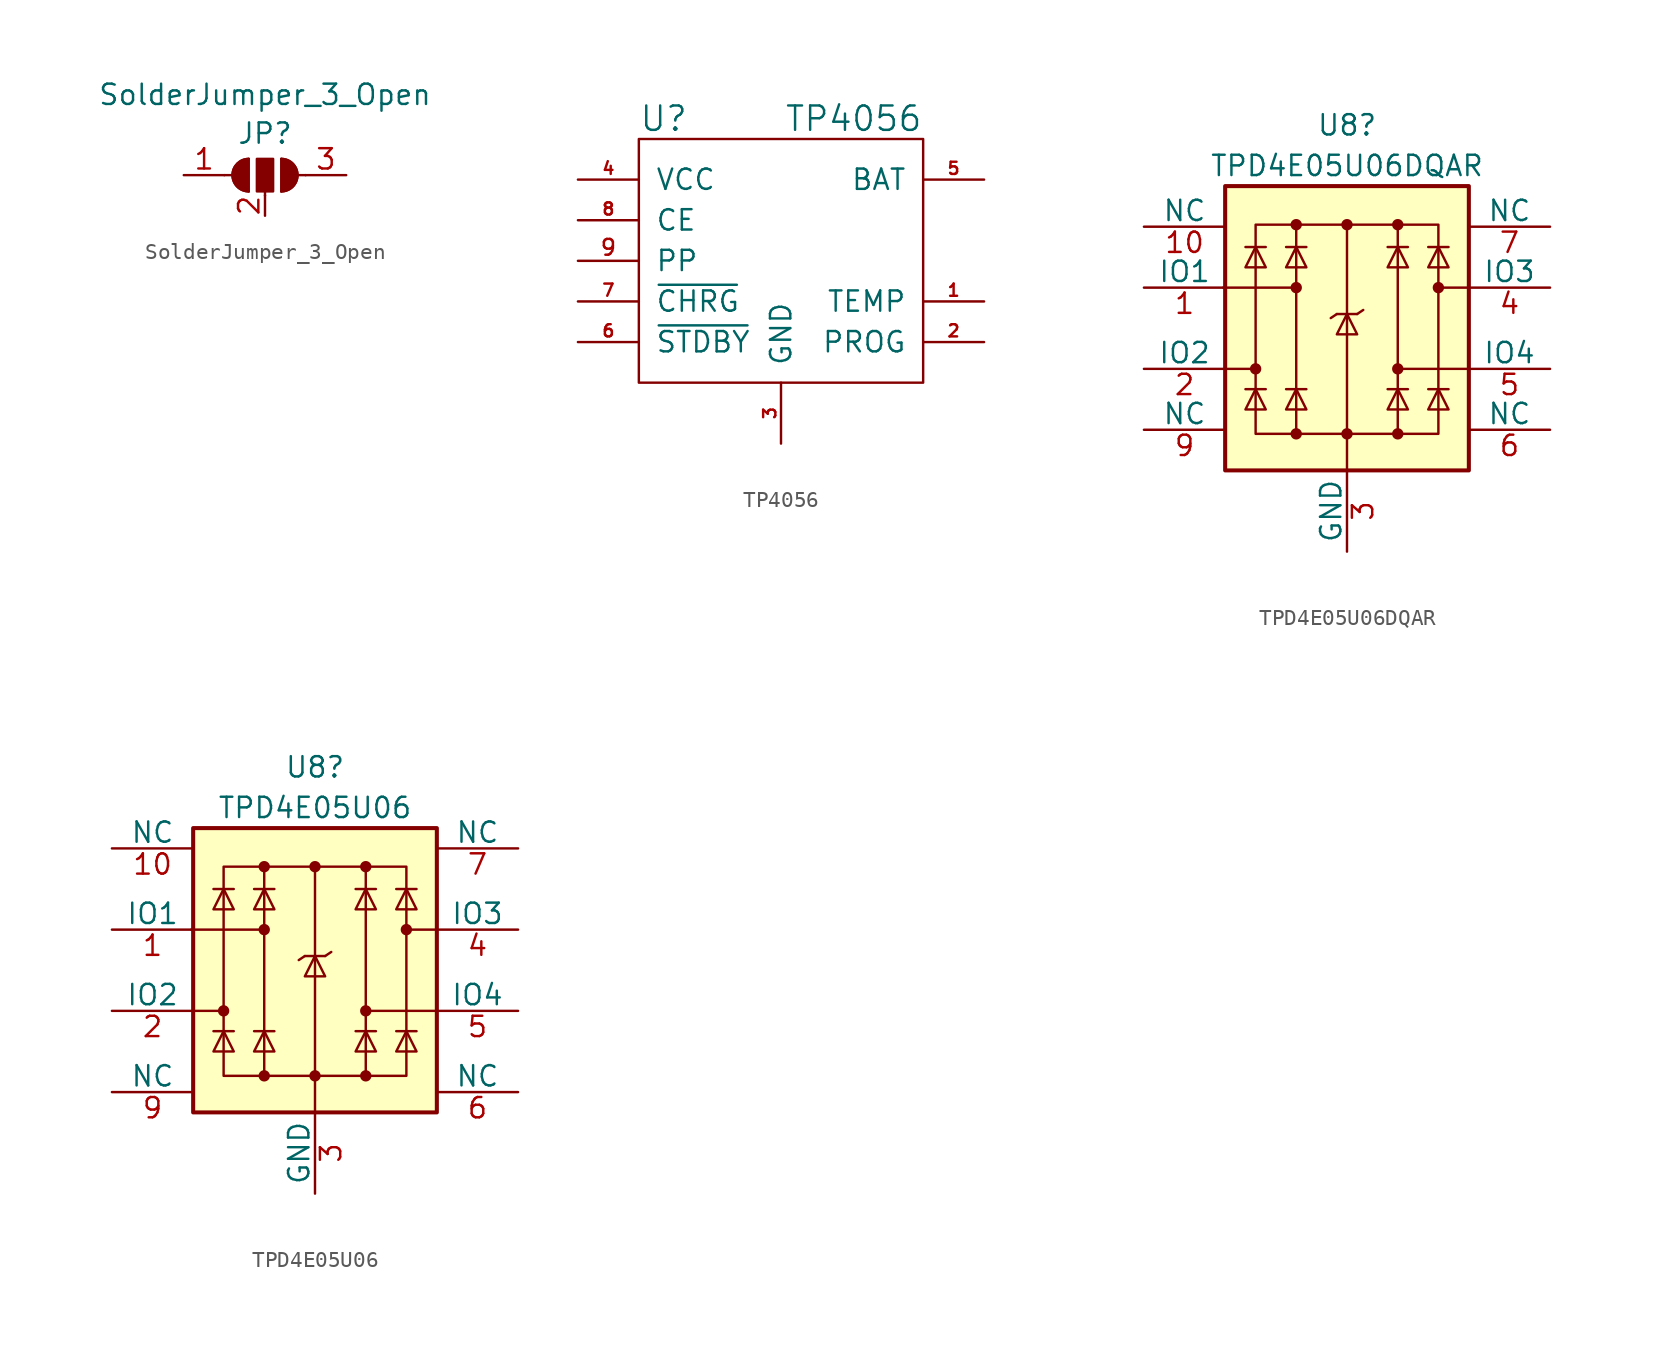
<source format=kicad_sym>
(kicad_symbol_lib
  (version 20220914)
  (generator kicad_symbol_editor)
  (symbol "SolderJumper_3_Open"
    (pin_names
      (offset 0) hide)
    (property "Reference" "JP"
      (at 0 2.609 0)
      (effects (font (size 1.27 1.27))))
    (property "Value" "SolderJumper_3_Open"
      (at 0 5.033 0)
      (effects (font (size 1.27 1.27))))
    (symbol "SolderJumper_3_Open_0_1"
      (arc (start -1.016 1.016) (mid -2.0276 0) (end -1.016 -1.016) (stroke (width 0) (type default)) (fill (type none)))
      (arc (start -1.016 1.016) (mid -2.0276 0) (end -1.016 -1.016) (stroke (width 0) (type default)) (fill (type outline)))
      (rectangle (start -0.508 1.016) (end 0.508 -1.016) (stroke (width 0) (type default)) (fill (type outline)))
      (polyline (pts (xy -2.54 0) (xy -2.032 0)) (stroke (width 0) (type default)) (fill (type none)))
      (polyline (pts (xy -1.016 1.016) (xy -1.016 -1.016)) (stroke (width 0) (type default)) (fill (type none)))
      (polyline (pts (xy 0 -1.27) (xy 0 -1.016)) (stroke (width 0) (type default)) (fill (type none)))
      (polyline (pts (xy 1.016 1.016) (xy 1.016 -1.016)) (stroke (width 0) (type default)) (fill (type none)))
      (polyline (pts (xy 2.54 0) (xy 2.032 0)) (stroke (width 0) (type default)) (fill (type none)))
      (arc (start 1.016 -1.016) (mid 2.0276 0) (end 1.016 1.016) (stroke (width 0) (type default)) (fill (type none)))
      (arc (start 1.016 -1.016) (mid 2.0276 0) (end 1.016 1.016) (stroke (width 0) (type default)) (fill (type outline))))
    (symbol "SolderJumper_3_Open_1_1"
      (pin passive line (at -5.08 0 0) (length 2.54) (name "A" (effects (font (size 1.27 1.27)))) (number "1" (effects (font (size 1.27 1.27)))))
      (pin passive line (at 0 -2.54 90) (length 1.27) (name "C" (effects (font (size 1.27 1.27)))) (number "2" (effects (font (size 1.27 1.27)))))
      (pin passive line (at 5.08 0 180) (length 2.54) (name "B" (effects (font (size 1.27 1.27)))) (number "3" (effects (font (size 1.27 1.27)))))))
  (symbol "TP4056"
    (pin_names
      (offset 1.016))
    (property "Reference" "U"
      (at -8.89 10.16 0)
      (effects (font (size 1.524 1.524)) (justify left)))
    (property "Value" "TP4056"
      (at 8.89 10.16 0)
      (effects (font (size 1.524 1.524)) (justify right)))
    (property "Footprint" ""
      (at 0 0 0)
      (effects (font (size 1.524 1.524))))
    (property "Datasheet" ""
      (at 0 0 0)
      (effects (font (size 1.524 1.524))))
    (symbol "TP4056_0_1"
      (rectangle (start -8.89 8.89) (end 8.89 -6.35) (stroke (width 0) (type default)) (fill (type none))))
    (symbol "TP4056_1_1"
      (pin passive line (at 12.7 -1.27 180) (length 3.81) (name "TEMP" (effects (font (size 1.27 1.27)))) (number "1" (effects (font (size 0.762 0.762)))))
      (pin passive line (at 12.7 -3.81 180) (length 3.81) (name "PROG" (effects (font (size 1.27 1.27)))) (number "2" (effects (font (size 0.762 0.762)))))
      (pin power_in line (at 0 -10.16 90) (length 3.81) (name "GND" (effects (font (size 1.27 1.27)))) (number "3" (effects (font (size 0.762 0.762)))))
      (pin power_in line (at -12.7 6.35 0) (length 3.81) (name "VCC" (effects (font (size 1.27 1.27)))) (number "4" (effects (font (size 0.762 0.762)))))
      (pin power_out line (at 12.7 6.35 180) (length 3.81) (name "BAT" (effects (font (size 1.27 1.27)))) (number "5" (effects (font (size 0.762 0.762)))))
      (pin open_collector line (at -12.7 -3.81 0) (length 3.81) (name "~{STDBY}" (effects (font (size 1.27 1.27)))) (number "6" (effects (font (size 0.762 0.762)))))
      (pin open_collector line (at -12.7 -1.27 0) (length 3.81) (name "~{CHRG}" (effects (font (size 1.27 1.27)))) (number "7" (effects (font (size 0.762 0.762)))))
      (pin input line (at -12.7 3.81 0) (length 3.81) (name "CE" (effects (font (size 1.27 1.27)))) (number "8" (effects (font (size 0.762 0.762)))))
      (pin input line (at -12.7 1.27 0) (length 3.81) (name "PP" (effects (font (size 1.27 1.27)))) (number "9" (effects (font (size 0.991 0.991)))))))
  (symbol "TPD4E05U06DQAR"
    (pin_names
      (offset 0))
    (property "Reference" "U8"
      (at 0 12.7 0)
      (effects (font (size 1.27 1.27))))
    (property "Value" "TPD4E05U06DQAR"
      (at 0 10.16 0)
      (effects (font (size 1.27 1.27))))
    (symbol "TPD4E05U06DQAR_0_0"
      (rectangle (start -5.715 6.477) (end 5.715 -6.604) (stroke (width 0) (type default)) (fill (type none)))
      (polyline (pts (xy -3.175 -6.604) (xy -3.175 6.477)) (stroke (width 0) (type default)) (fill (type none)))
      (polyline (pts (xy 0 6.477) (xy 0 -6.604)) (stroke (width 0) (type default)) (fill (type none)))
      (polyline (pts (xy 3.175 6.477) (xy 3.175 -6.604)) (stroke (width 0) (type default)) (fill (type none))))
    (symbol "TPD4E05U06DQAR_0_1"
      (rectangle (start -7.62 8.89) (end 7.62 -8.89) (stroke (width 0.254) (type default)) (fill (type background)))
      (circle (center -5.715 -2.54) (radius 0.279) (stroke (width 0) (type default)) (fill (type outline)))
      (circle (center -3.175 -6.604) (radius 0.279) (stroke (width 0) (type default)) (fill (type outline)))
      (circle (center -3.175 2.54) (radius 0.279) (stroke (width 0) (type default)) (fill (type outline)))
      (circle (center -3.175 6.477) (radius 0.279) (stroke (width 0) (type default)) (fill (type outline)))
      (polyline (pts (xy -7.747 2.54) (xy -3.175 2.54)) (stroke (width 0) (type default)) (fill (type none)))
      (polyline (pts (xy -7.62 -2.54) (xy -5.715 -2.54)) (stroke (width 0) (type default)) (fill (type none)))
      (polyline (pts (xy -5.08 -3.81) (xy -6.35 -3.81)) (stroke (width 0) (type default)) (fill (type none)))
      (polyline (pts (xy -5.08 5.08) (xy -6.35 5.08)) (stroke (width 0) (type default)) (fill (type none)))
      (polyline (pts (xy -2.54 -3.81) (xy -3.81 -3.81)) (stroke (width 0) (type default)) (fill (type none)))
      (polyline (pts (xy -2.54 5.08) (xy -3.81 5.08)) (stroke (width 0) (type default)) (fill (type none)))
      (polyline (pts (xy -0.635 0.889) (xy -1.016 0.635)) (stroke (width 0) (type default)) (fill (type none)))
      (polyline (pts (xy 0 -6.604) (xy 0 -8.89)) (stroke (width 0) (type default)) (fill (type none)))
      (polyline (pts (xy 0.635 0.889) (xy -0.635 0.889)) (stroke (width 0) (type default)) (fill (type none)))
      (polyline (pts (xy 0.635 0.889) (xy 1.016 1.143)) (stroke (width 0) (type default)) (fill (type none)))
      (polyline (pts (xy 3.81 -3.81) (xy 2.54 -3.81)) (stroke (width 0) (type default)) (fill (type none)))
      (polyline (pts (xy 3.81 5.08) (xy 2.54 5.08)) (stroke (width 0) (type default)) (fill (type none)))
      (polyline (pts (xy 6.35 -3.81) (xy 5.08 -3.81)) (stroke (width 0) (type default)) (fill (type none)))
      (polyline (pts (xy 6.35 5.08) (xy 5.08 5.08)) (stroke (width 0) (type default)) (fill (type none)))
      (polyline (pts (xy 7.62 -2.54) (xy 3.175 -2.54)) (stroke (width 0) (type default)) (fill (type none)))
      (polyline (pts (xy 7.62 2.54) (xy 5.715 2.54)) (stroke (width 0) (type default)) (fill (type none)))
      (polyline (pts (xy -5.08 -5.08) (xy -6.35 -5.08) (xy -5.715 -3.81) (xy -5.08 -5.08)) (stroke (width 0) (type default)) (fill (type none)))
      (polyline (pts (xy -5.08 3.81) (xy -6.35 3.81) (xy -5.715 5.08) (xy -5.08 3.81)) (stroke (width 0) (type default)) (fill (type none)))
      (polyline (pts (xy -2.54 -5.08) (xy -3.81 -5.08) (xy -3.175 -3.81) (xy -2.54 -5.08)) (stroke (width 0) (type default)) (fill (type none)))
      (polyline (pts (xy -2.54 3.81) (xy -3.81 3.81) (xy -3.175 5.08) (xy -2.54 3.81)) (stroke (width 0) (type default)) (fill (type none)))
      (polyline (pts (xy 0.635 -0.381) (xy -0.635 -0.381) (xy 0 0.889) (xy 0.635 -0.381)) (stroke (width 0) (type default)) (fill (type none)))
      (polyline (pts (xy 3.81 -5.08) (xy 2.54 -5.08) (xy 3.175 -3.81) (xy 3.81 -5.08)) (stroke (width 0) (type default)) (fill (type none)))
      (polyline (pts (xy 3.81 3.81) (xy 2.54 3.81) (xy 3.175 5.08) (xy 3.81 3.81)) (stroke (width 0) (type default)) (fill (type none)))
      (polyline (pts (xy 6.35 -5.08) (xy 5.08 -5.08) (xy 5.715 -3.81) (xy 6.35 -5.08)) (stroke (width 0) (type default)) (fill (type none)))
      (polyline (pts (xy 6.35 3.81) (xy 5.08 3.81) (xy 5.715 5.08) (xy 6.35 3.81)) (stroke (width 0) (type default)) (fill (type none)))
      (circle (center 0 6.477) (radius 0.279) (stroke (width 0) (type default)) (fill (type outline)))
      (circle (center 3.175 -6.604) (radius 0.279) (stroke (width 0) (type default)) (fill (type outline)))
      (circle (center 3.175 -2.54) (radius 0.279) (stroke (width 0) (type default)) (fill (type outline)))
      (circle (center 3.175 6.477) (radius 0.279) (stroke (width 0) (type default)) (fill (type outline)))
      (circle (center 5.715 2.54) (radius 0.279) (stroke (width 0) (type default)) (fill (type outline))))
    (symbol "TPD4E05U06DQAR_1_1"
      (circle (center 0 -6.604) (radius 0.279) (stroke (width 0) (type default)) (fill (type outline)))
      (pin bidirectional line (at -12.7 2.54 0) (length 5.08) (name "IO1" (effects (font (size 1.27 1.27)))) (number "1" (effects (font (size 1.27 1.27)))))
      (pin bidirectional line (at -12.7 6.35 0) (length 5.08) (name "NC" (effects (font (size 1.27 1.27)))) (number "10" (effects (font (size 1.27 1.27)))))
      (pin bidirectional line (at -12.7 -2.54 0) (length 5.08) (name "IO2" (effects (font (size 1.27 1.27)))) (number "2" (effects (font (size 1.27 1.27)))))
      (pin power_in line (at 0 -13.97 90) (length 5.08) (name "GND" (effects (font (size 1.27 1.27)))) (number "3" (effects (font (size 1.27 1.27)))))
      (pin bidirectional line (at 12.7 2.54 180) (length 5.08) (name "IO3" (effects (font (size 1.27 1.27)))) (number "4" (effects (font (size 1.27 1.27)))))
      (pin bidirectional line (at 12.7 -2.54 180) (length 5.08) (name "IO4" (effects (font (size 1.27 1.27)))) (number "5" (effects (font (size 1.27 1.27)))))
      (pin bidirectional line (at 12.7 -6.35 180) (length 5.08) (name "NC" (effects (font (size 1.27 1.27)))) (number "6" (effects (font (size 1.27 1.27)))))
      (pin bidirectional line (at 12.7 6.35 180) (length 5.08) (name "NC" (effects (font (size 1.27 1.27)))) (number "7" (effects (font (size 1.27 1.27)))))
      (pin power_in line (at 0 -13.97 90) (length 5.08) hide (name "GND" (effects (font (size 1.27 1.27)))) (number "8" (effects (font (size 1.27 1.27)))))
      (pin bidirectional line (at -12.7 -6.35 0) (length 5.08) (name "NC" (effects (font (size 1.27 1.27)))) (number "9" (effects (font (size 1.27 1.27)))))))
  (symbol "TPD4E05U06"
    (pin_names
      (offset 0))
    (property "Reference" "U8"
      (at 0 12.7 0)
      (effects (font (size 1.27 1.27))))
    (property "Value" "TPD4E05U06"
      (at 0 10.16 0)
      (effects (font (size 1.27 1.27))))
    (symbol "TPD4E05U06_0_0"
      (rectangle (start -5.715 6.477) (end 5.715 -6.604) (stroke (width 0) (type default)) (fill (type none)))
      (polyline (pts (xy -3.175 -6.604) (xy -3.175 6.477)) (stroke (width 0) (type default)) (fill (type none)))
      (polyline (pts (xy 0 6.477) (xy 0 -6.604)) (stroke (width 0) (type default)) (fill (type none)))
      (polyline (pts (xy 3.175 6.477) (xy 3.175 -6.604)) (stroke (width 0) (type default)) (fill (type none))))
    (symbol "TPD4E05U06_0_1"
      (rectangle (start -7.62 8.89) (end 7.62 -8.89) (stroke (width 0.254) (type default)) (fill (type background)))
      (circle (center -5.715 -2.54) (radius 0.279) (stroke (width 0) (type default)) (fill (type outline)))
      (circle (center -3.175 -6.604) (radius 0.279) (stroke (width 0) (type default)) (fill (type outline)))
      (circle (center -3.175 2.54) (radius 0.279) (stroke (width 0) (type default)) (fill (type outline)))
      (circle (center -3.175 6.477) (radius 0.279) (stroke (width 0) (type default)) (fill (type outline)))
      (polyline (pts (xy -7.747 2.54) (xy -3.175 2.54)) (stroke (width 0) (type default)) (fill (type none)))
      (polyline (pts (xy -7.62 -2.54) (xy -5.715 -2.54)) (stroke (width 0) (type default)) (fill (type none)))
      (polyline (pts (xy -5.08 -3.81) (xy -6.35 -3.81)) (stroke (width 0) (type default)) (fill (type none)))
      (polyline (pts (xy -5.08 5.08) (xy -6.35 5.08)) (stroke (width 0) (type default)) (fill (type none)))
      (polyline (pts (xy -2.54 -3.81) (xy -3.81 -3.81)) (stroke (width 0) (type default)) (fill (type none)))
      (polyline (pts (xy -2.54 5.08) (xy -3.81 5.08)) (stroke (width 0) (type default)) (fill (type none)))
      (polyline (pts (xy -0.635 0.889) (xy -1.016 0.635)) (stroke (width 0) (type default)) (fill (type none)))
      (polyline (pts (xy 0 -6.604) (xy 0 -8.89)) (stroke (width 0) (type default)) (fill (type none)))
      (polyline (pts (xy 0.635 0.889) (xy -0.635 0.889)) (stroke (width 0) (type default)) (fill (type none)))
      (polyline (pts (xy 0.635 0.889) (xy 1.016 1.143)) (stroke (width 0) (type default)) (fill (type none)))
      (polyline (pts (xy 3.81 -3.81) (xy 2.54 -3.81)) (stroke (width 0) (type default)) (fill (type none)))
      (polyline (pts (xy 3.81 5.08) (xy 2.54 5.08)) (stroke (width 0) (type default)) (fill (type none)))
      (polyline (pts (xy 6.35 -3.81) (xy 5.08 -3.81)) (stroke (width 0) (type default)) (fill (type none)))
      (polyline (pts (xy 6.35 5.08) (xy 5.08 5.08)) (stroke (width 0) (type default)) (fill (type none)))
      (polyline (pts (xy 7.62 -2.54) (xy 3.175 -2.54)) (stroke (width 0) (type default)) (fill (type none)))
      (polyline (pts (xy 7.62 2.54) (xy 5.715 2.54)) (stroke (width 0) (type default)) (fill (type none)))
      (polyline (pts (xy -5.08 -5.08) (xy -6.35 -5.08) (xy -5.715 -3.81) (xy -5.08 -5.08)) (stroke (width 0) (type default)) (fill (type none)))
      (polyline (pts (xy -5.08 3.81) (xy -6.35 3.81) (xy -5.715 5.08) (xy -5.08 3.81)) (stroke (width 0) (type default)) (fill (type none)))
      (polyline (pts (xy -2.54 -5.08) (xy -3.81 -5.08) (xy -3.175 -3.81) (xy -2.54 -5.08)) (stroke (width 0) (type default)) (fill (type none)))
      (polyline (pts (xy -2.54 3.81) (xy -3.81 3.81) (xy -3.175 5.08) (xy -2.54 3.81)) (stroke (width 0) (type default)) (fill (type none)))
      (polyline (pts (xy 0.635 -0.381) (xy -0.635 -0.381) (xy 0 0.889) (xy 0.635 -0.381)) (stroke (width 0) (type default)) (fill (type none)))
      (polyline (pts (xy 3.81 -5.08) (xy 2.54 -5.08) (xy 3.175 -3.81) (xy 3.81 -5.08)) (stroke (width 0) (type default)) (fill (type none)))
      (polyline (pts (xy 3.81 3.81) (xy 2.54 3.81) (xy 3.175 5.08) (xy 3.81 3.81)) (stroke (width 0) (type default)) (fill (type none)))
      (polyline (pts (xy 6.35 -5.08) (xy 5.08 -5.08) (xy 5.715 -3.81) (xy 6.35 -5.08)) (stroke (width 0) (type default)) (fill (type none)))
      (polyline (pts (xy 6.35 3.81) (xy 5.08 3.81) (xy 5.715 5.08) (xy 6.35 3.81)) (stroke (width 0) (type default)) (fill (type none)))
      (circle (center 0 6.477) (radius 0.279) (stroke (width 0) (type default)) (fill (type outline)))
      (circle (center 3.175 -6.604) (radius 0.279) (stroke (width 0) (type default)) (fill (type outline)))
      (circle (center 3.175 -2.54) (radius 0.279) (stroke (width 0) (type default)) (fill (type outline)))
      (circle (center 3.175 6.477) (radius 0.279) (stroke (width 0) (type default)) (fill (type outline)))
      (circle (center 5.715 2.54) (radius 0.279) (stroke (width 0) (type default)) (fill (type outline))))
    (symbol "TPD4E05U06_1_1"
      (circle (center 0 -6.604) (radius 0.279) (stroke (width 0) (type default)) (fill (type outline)))
      (pin bidirectional line (at -12.7 2.54 0) (length 5.08) (name "IO1" (effects (font (size 1.27 1.27)))) (number "1" (effects (font (size 1.27 1.27)))))
      (pin bidirectional line (at -12.7 7.62 0) (length 5.08) (name "NC" (effects (font (size 1.27 1.27)))) (number "10" (effects (font (size 1.27 1.27)))))
      (pin bidirectional line (at -12.7 -2.54 0) (length 5.08) (name "IO2" (effects (font (size 1.27 1.27)))) (number "2" (effects (font (size 1.27 1.27)))))
      (pin power_in line (at 0 -13.97 90) (length 5.08) (name "GND" (effects (font (size 1.27 1.27)))) (number "3" (effects (font (size 1.27 1.27)))))
      (pin bidirectional line (at 12.7 2.54 180) (length 5.08) (name "IO3" (effects (font (size 1.27 1.27)))) (number "4" (effects (font (size 1.27 1.27)))))
      (pin bidirectional line (at 12.7 -2.54 180) (length 5.08) (name "IO4" (effects (font (size 1.27 1.27)))) (number "5" (effects (font (size 1.27 1.27)))))
      (pin bidirectional line (at 12.7 -7.62 180) (length 5.08) (name "NC" (effects (font (size 1.27 1.27)))) (number "6" (effects (font (size 1.27 1.27)))))
      (pin bidirectional line (at 12.7 7.62 180) (length 5.08) (name "NC" (effects (font (size 1.27 1.27)))) (number "7" (effects (font (size 1.27 1.27)))))
      (pin power_in line (at 0 -13.97 90) (length 5.08) hide (name "GND" (effects (font (size 1.27 1.27)))) (number "8" (effects (font (size 1.27 1.27)))))
      (pin bidirectional line (at -12.7 -7.62 0) (length 5.08) (name "NC" (effects (font (size 1.27 1.27)))) (number "9" (effects (font (size 1.27 1.27))))))))
</source>
